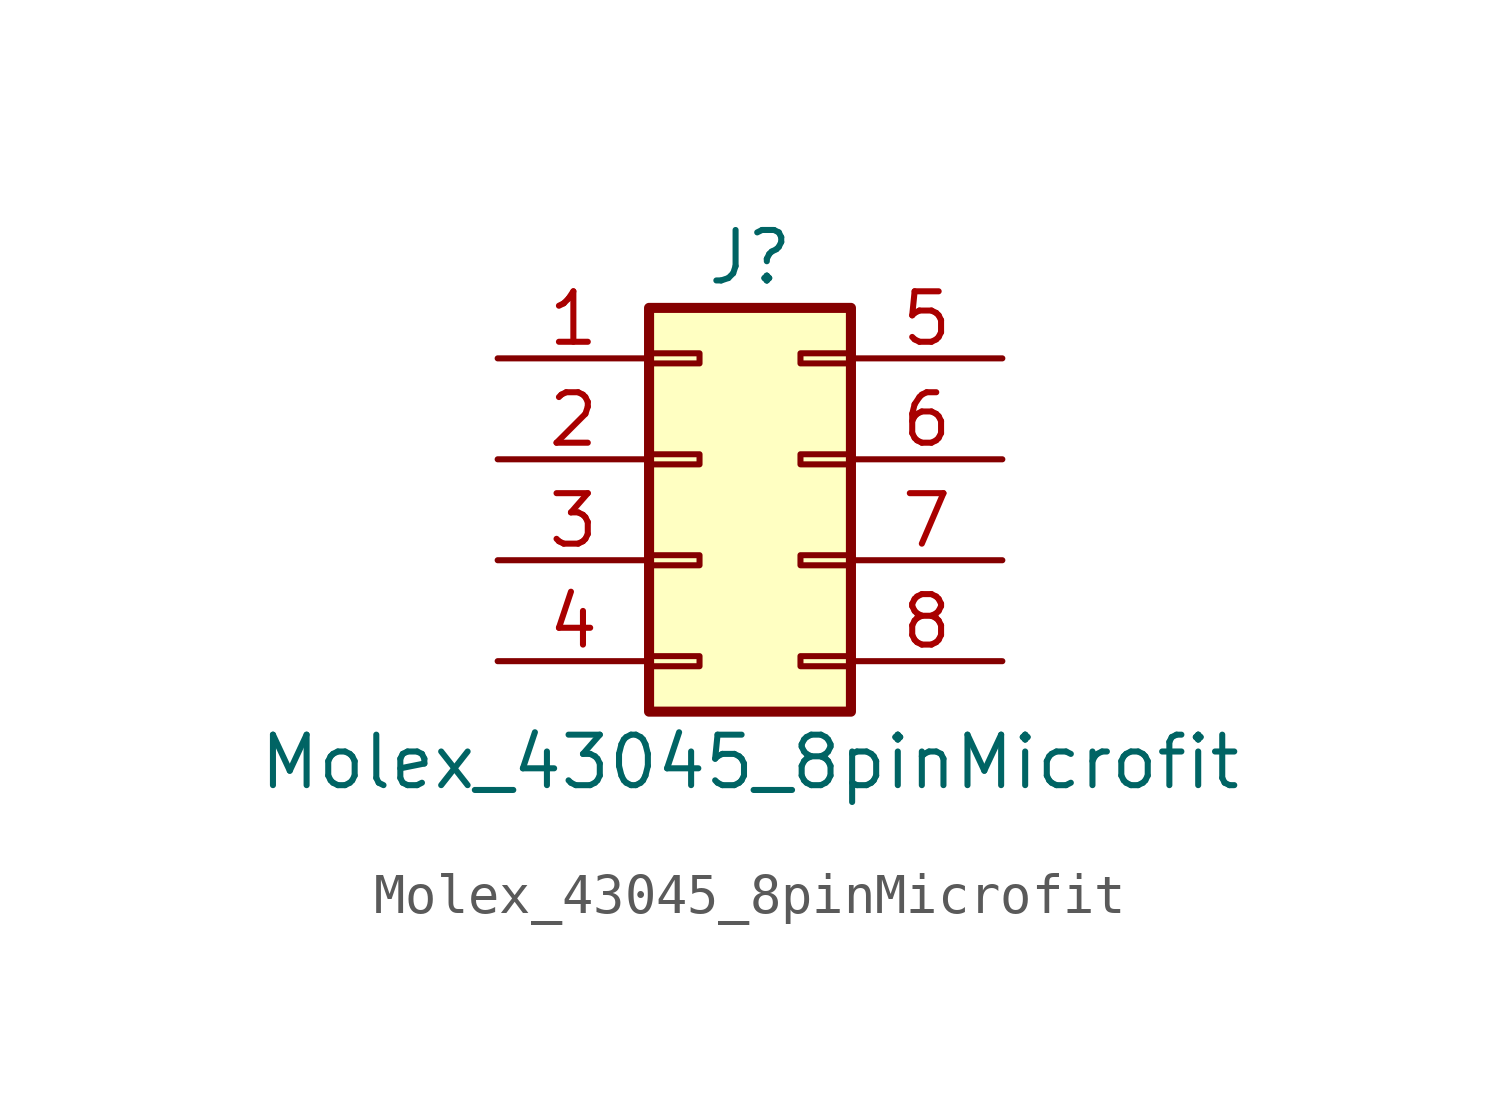
<source format=kicad_sym>
(kicad_symbol_lib
  (version 20241209)
  (generator "kicad_symbol_editor")
  (generator_version "9.0")
  (symbol "Molex_43045_8pinMicrofit"
    (pin_names
      (offset 1.016)
      (hide yes))
    (property "Reference" "J"
      (at 1.27 5.08 0)
      (effects (font (size 1.27 1.27))))
    (property "Value" "Molex_43045_8pinMicrofit"
      (at 1.27 -7.62 0)
      (effects (font (size 1.27 1.27))))
    (symbol "Molex_43045_8pinMicrofit_1_1"
      (rectangle (start -1.27 3.81) (end 3.81 -6.35) (stroke (width 0.254) (type default)) (fill (type background)))
      (rectangle (start -1.27 2.667) (end 0 2.413) (stroke (width 0.152) (type default)) (fill (type none)))
      (rectangle (start -1.27 0.127) (end 0 -0.127) (stroke (width 0.152) (type default)) (fill (type none)))
      (rectangle (start -1.27 -2.413) (end 0 -2.667) (stroke (width 0.152) (type default)) (fill (type none)))
      (rectangle (start -1.27 -4.953) (end 0 -5.207) (stroke (width 0.152) (type default)) (fill (type none)))
      (rectangle (start 3.81 2.667) (end 2.54 2.413) (stroke (width 0.152) (type default)) (fill (type none)))
      (rectangle (start 3.81 0.127) (end 2.54 -0.127) (stroke (width 0.152) (type default)) (fill (type none)))
      (rectangle (start 3.81 -2.413) (end 2.54 -2.667) (stroke (width 0.152) (type default)) (fill (type none)))
      (rectangle (start 3.81 -4.953) (end 2.54 -5.207) (stroke (width 0.152) (type default)) (fill (type none)))
      (pin passive line (at -5.08 2.54 0) (length 3.81) (name "Pin_1" (effects (font (size 1.27 1.27)))) (number "1" (effects (font (size 1.27 1.27)))))
      (pin passive line (at -5.08 0 0) (length 3.81) (name "Pin_2" (effects (font (size 1.27 1.27)))) (number "2" (effects (font (size 1.27 1.27)))))
      (pin passive line (at -5.08 -2.54 0) (length 3.81) (name "Pin_3" (effects (font (size 1.27 1.27)))) (number "3" (effects (font (size 1.27 1.27)))))
      (pin passive line (at -5.08 -5.08 0) (length 3.81) (name "Pin_4" (effects (font (size 1.27 1.27)))) (number "4" (effects (font (size 1.27 1.27)))))
      (pin passive line (at 7.62 2.54 180) (length 3.81) (name "Pin_5" (effects (font (size 1.27 1.27)))) (number "5" (effects (font (size 1.27 1.27)))))
      (pin passive line (at 7.62 0 180) (length 3.81) (name "Pin_6" (effects (font (size 1.27 1.27)))) (number "6" (effects (font (size 1.27 1.27)))))
      (pin passive line (at 7.62 -2.54 180) (length 3.81) (name "Pin_7" (effects (font (size 1.27 1.27)))) (number "7" (effects (font (size 1.27 1.27)))))
      (pin passive line (at 7.62 -5.08 180) (length 3.81) (name "Pin_8" (effects (font (size 1.27 1.27)))) (number "8" (effects (font (size 1.27 1.27))))))))
</source>
